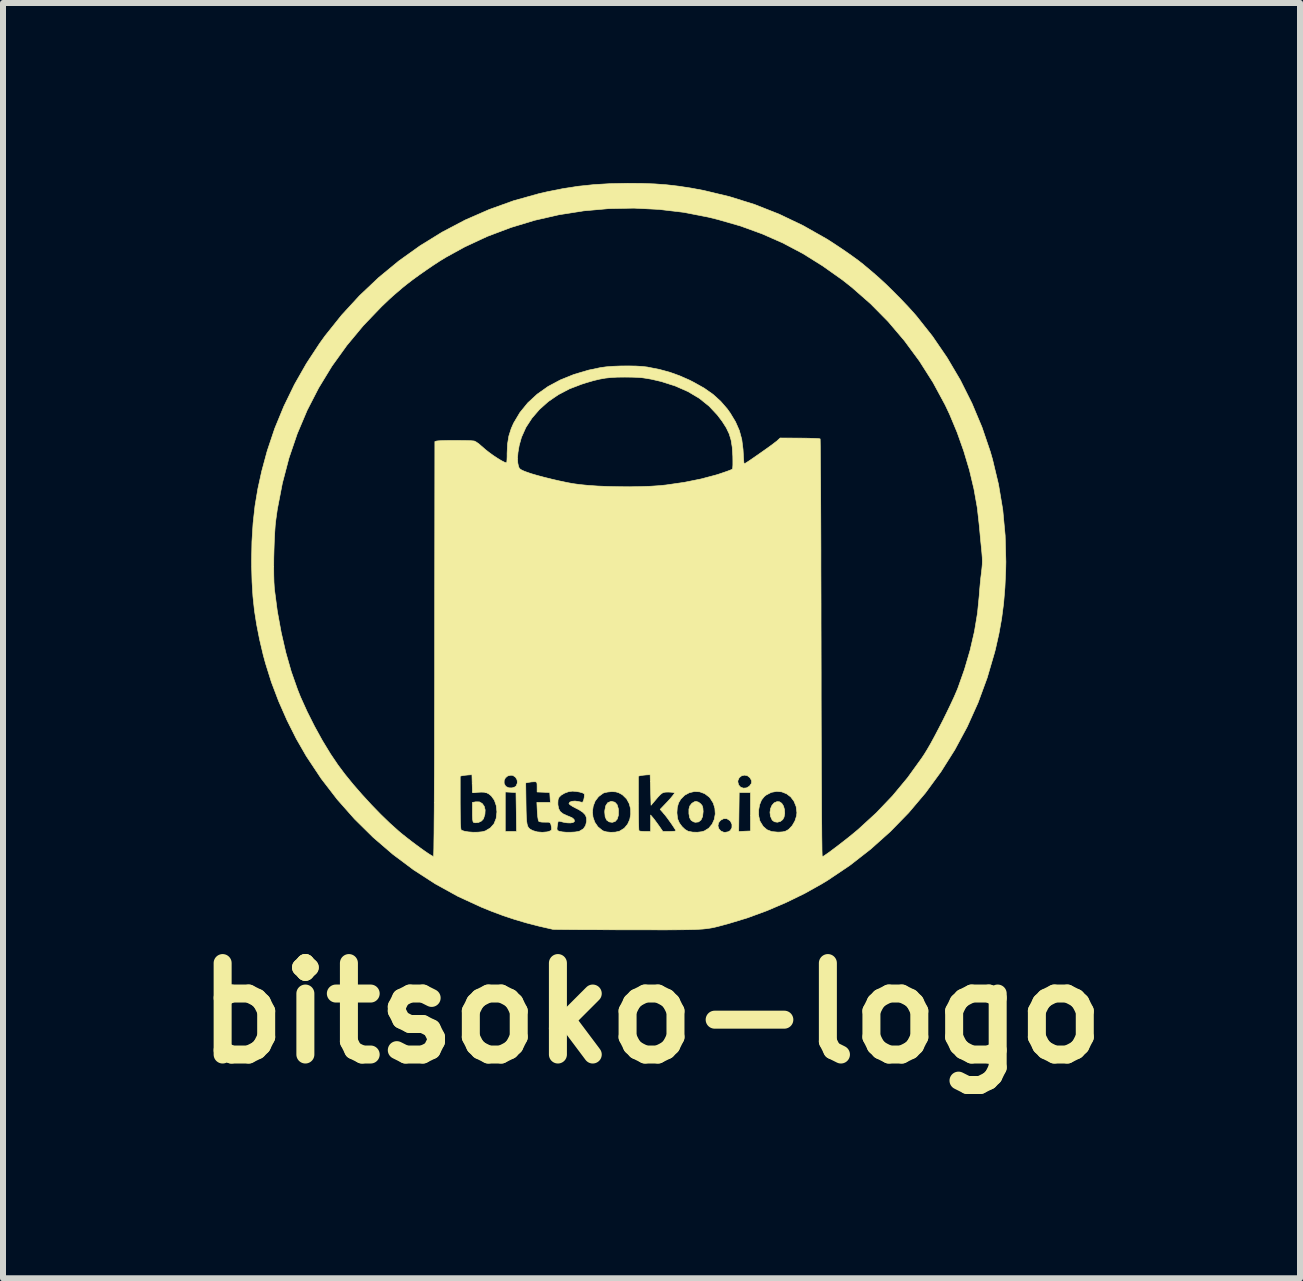
<source format=kicad_pcb>
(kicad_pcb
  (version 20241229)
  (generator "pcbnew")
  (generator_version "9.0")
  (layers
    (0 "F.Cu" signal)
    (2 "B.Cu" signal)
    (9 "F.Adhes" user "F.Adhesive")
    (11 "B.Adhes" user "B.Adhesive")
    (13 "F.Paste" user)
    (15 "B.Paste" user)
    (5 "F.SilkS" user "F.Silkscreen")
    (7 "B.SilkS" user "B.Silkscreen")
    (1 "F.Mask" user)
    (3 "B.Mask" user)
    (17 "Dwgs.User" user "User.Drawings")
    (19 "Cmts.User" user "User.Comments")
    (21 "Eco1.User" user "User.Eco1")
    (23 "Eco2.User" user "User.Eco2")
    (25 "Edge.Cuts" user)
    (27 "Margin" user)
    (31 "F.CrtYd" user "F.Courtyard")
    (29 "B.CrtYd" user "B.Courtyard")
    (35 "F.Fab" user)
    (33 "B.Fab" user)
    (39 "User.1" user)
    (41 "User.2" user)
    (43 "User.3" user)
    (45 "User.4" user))
  (footprint "bitsoko-logo"
    (layer "F.Cu")
    (at 7.809 4.946)
    (property "Reference" "bitsoko-logo" (at 0 8.89 0) (layer "F.SilkS") (effects (font (size 1.524 1.524) (thickness 0.3))))
    (attr through_hole)
    (fp_poly (pts (xy -2.869 5.369) (xy -2.822 5.396) (xy -2.789 5.442) (xy -2.773 5.503) (xy -2.777 5.575) (xy -2.801 5.651) (xy -2.833 5.687) (xy -2.882 5.711) (xy -2.936 5.717) (xy -2.966 5.711) (xy -2.976 5.695) (xy -2.982 5.656) (xy -2.985 5.59) (xy -2.985 5.541) (xy -2.985 5.378) (xy -2.929 5.368) (xy -2.869 5.369)) (stroke (width 0.01) (type solid)) (fill yes) (layer "F.SilkS"))
    (fp_poly (pts (xy -0.611 5.375) (xy -0.574 5.415) (xy -0.554 5.481) (xy -0.551 5.507) (xy -0.552 5.591) (xy -0.571 5.655) (xy -0.606 5.695) (xy -0.655 5.71) (xy -0.706 5.702) (xy -0.748 5.672) (xy -0.773 5.617) (xy -0.78 5.538) (xy -0.778 5.507) (xy -0.763 5.433) (xy -0.731 5.384) (xy -0.682 5.363) (xy -0.664 5.361) (xy -0.611 5.375)) (stroke (width 0.01) (type solid)) (fill yes) (layer "F.SilkS"))
    (fp_poly (pts (xy 2.132 5.367) (xy 2.17 5.392) (xy 2.199 5.438) (xy 2.216 5.497) (xy 2.22 5.561) (xy 2.209 5.622) (xy 2.187 5.664) (xy 2.147 5.695) (xy 2.097 5.708) (xy 2.048 5.7) (xy 2.011 5.672) (xy 2.01 5.67) (xy 1.982 5.608) (xy 1.974 5.543) (xy 1.984 5.48) (xy 2.008 5.425) (xy 2.044 5.385) (xy 2.091 5.365) (xy 2.132 5.367)) (stroke (width 0.01) (type solid)) (fill yes) (layer "F.SilkS"))
    (fp_poly (pts (xy 0.784 5.374) (xy 0.821 5.403) (xy 0.845 5.434) (xy 0.856 5.472) (xy 0.86 5.527) (xy 0.86 5.533) (xy 0.851 5.613) (xy 0.825 5.67) (xy 0.784 5.703) (xy 0.731 5.709) (xy 0.702 5.702) (xy 0.661 5.677) (xy 0.635 5.633) (xy 0.623 5.565) (xy 0.623 5.49) (xy 0.638 5.437) (xy 0.672 5.393) (xy 0.717 5.366) (xy 0.742 5.361) (xy 0.784 5.374)) (stroke (width 0.01) (type solid)) (fill yes) (layer "F.SilkS"))
    (fp_poly (pts (xy -0.158 -4.939) (xy 0.054 -4.931) (xy 0.254 -4.916) (xy 0.451 -4.893) (xy 0.654 -4.862) (xy 0.869 -4.822) (xy 1.299 -4.719) (xy 1.718 -4.588) (xy 2.126 -4.427) (xy 2.524 -4.237) (xy 2.911 -4.018) (xy 2.955 -3.991) (xy 3.055 -3.926) (xy 3.162 -3.855) (xy 3.27 -3.781) (xy 3.371 -3.709) (xy 3.461 -3.643) (xy 3.532 -3.587) (xy 3.554 -3.568) (xy 3.594 -3.535) (xy 3.645 -3.492) (xy 3.69 -3.454) (xy 3.792 -3.365) (xy 3.908 -3.258) (xy 4.03 -3.138) (xy 4.153 -3.014) (xy 4.271 -2.89) (xy 4.376 -2.774) (xy 4.416 -2.728) (xy 4.683 -2.391) (xy 4.927 -2.034) (xy 5.147 -1.661) (xy 5.341 -1.273) (xy 5.508 -0.875) (xy 5.646 -0.469) (xy 5.683 -0.341) (xy 5.783 0.077) (xy 5.854 0.5) (xy 5.894 0.93) (xy 5.906 1.369) (xy 5.903 1.508) (xy 5.89 1.795) (xy 5.868 2.061) (xy 5.835 2.315) (xy 5.79 2.566) (xy 5.732 2.824) (xy 5.719 2.875) (xy 5.594 3.302) (xy 5.442 3.716) (xy 5.262 4.116) (xy 5.055 4.5) (xy 4.823 4.868) (xy 4.566 5.219) (xy 4.285 5.551) (xy 3.98 5.864) (xy 3.652 6.157) (xy 3.303 6.429) (xy 2.932 6.678) (xy 2.836 6.736) (xy 2.55 6.896) (xy 2.242 7.046) (xy 1.922 7.183) (xy 1.598 7.302) (xy 1.279 7.399) (xy 1.219 7.415) (xy 1.16 7.431) (xy 1.107 7.445) (xy 1.058 7.457) (xy 1.012 7.467) (xy 0.964 7.475) (xy 0.914 7.482) (xy 0.858 7.488) (xy 0.794 7.492) (xy 0.72 7.496) (xy 0.632 7.498) (xy 0.529 7.5) (xy 0.408 7.501) (xy 0.266 7.502) (xy 0.102 7.502) (xy -0.088 7.501) (xy -0.306 7.501) (xy -0.391 7.501) (xy -0.584 7.501) (xy -0.77 7.5) (xy -0.944 7.499) (xy -1.104 7.499) (xy -1.249 7.498) (xy -1.375 7.497) (xy -1.48 7.496) (xy -1.562 7.495) (xy -1.618 7.494) (xy -1.647 7.493) (xy -1.649 7.492) (xy -1.881 7.439) (xy -2.089 7.385) (xy -2.282 7.328) (xy -2.469 7.266) (xy -2.657 7.196) (xy -2.837 7.123) (xy -3.226 6.944) (xy -3.603 6.736) (xy -3.965 6.502) (xy -4.311 6.243) (xy -4.64 5.96) (xy -4.95 5.654) (xy -5.239 5.327) (xy -5.506 4.98) (xy -5.749 4.614) (xy -5.756 4.603) (xy -5.922 4.314) (xy -6.076 4.007) (xy -6.215 3.691) (xy -6.336 3.372) (xy -6.434 3.059) (xy -6.471 2.923) (xy -6.533 2.66) (xy -6.581 2.416) (xy -6.618 2.181) (xy -6.643 1.947) (xy -6.658 1.705) (xy -6.665 1.451) (xy -6.297 1.451) (xy -6.296 1.586) (xy -6.293 1.705) (xy -6.287 1.802) (xy -6.284 1.832) (xy -6.237 2.191) (xy -6.173 2.542) (xy -6.096 2.878) (xy -6.005 3.197) (xy -5.901 3.493) (xy -5.851 3.619) (xy -5.741 3.862) (xy -5.618 4.107) (xy -5.487 4.345) (xy -5.351 4.569) (xy -5.226 4.754) (xy -5.109 4.91) (xy -4.974 5.076) (xy -4.826 5.246) (xy -4.671 5.415) (xy -4.514 5.577) (xy -4.361 5.725) (xy -4.217 5.854) (xy -4.176 5.889) (xy -4.1 5.95) (xy -4.019 6.013) (xy -3.937 6.075) (xy -3.857 6.134) (xy -3.783 6.187) (xy -3.72 6.23) (xy -3.671 6.261) (xy -3.641 6.277) (xy -3.634 6.278) (xy -3.632 6.262) (xy -3.63 6.214) (xy -3.628 6.136) (xy -3.627 6.026) (xy -3.625 5.886) (xy -3.624 5.715) (xy -3.622 5.513) (xy -3.621 5.28) (xy -3.62 5.017) (xy -3.619 4.94) (xy -3.189 4.94) (xy -3.189 5.384) (xy -3.188 5.526) (xy -3.187 5.64) (xy -3.185 5.725) (xy -3.181 5.786) (xy -3.177 5.823) (xy -3.171 5.839) (xy -3.171 5.84) (xy -3.123 5.857) (xy -3.055 5.869) (xy -2.976 5.875) (xy -2.895 5.874) (xy -2.823 5.867) (xy -2.803 5.862) (xy -2.438 5.862) (xy -2.25 5.862) (xy -2.254 5.537) (xy -2.259 5.213) (xy -2.349 5.208) (xy -2.438 5.203) (xy -2.438 5.862) (xy -2.803 5.862) (xy -2.77 5.853) (xy -2.686 5.803) (xy -2.626 5.735) (xy -2.59 5.646) (xy -2.577 5.537) (xy -2.577 5.535) (xy -2.588 5.431) (xy -2.619 5.341) (xy -2.67 5.27) (xy -2.712 5.236) (xy -2.749 5.217) (xy -2.787 5.208) (xy -2.838 5.206) (xy -2.876 5.208) (xy -2.984 5.214) (xy -2.989 5.065) (xy -2.989 5.06) (xy -2.457 5.06) (xy -2.434 5.104) (xy -2.422 5.115) (xy -2.377 5.135) (xy -2.324 5.136) (xy -2.277 5.12) (xy -2.255 5.101) (xy -2.236 5.053) (xy -2.097 5.053) (xy -2.092 5.399) (xy -2.09 5.521) (xy -2.087 5.616) (xy -2.082 5.687) (xy -2.074 5.74) (xy -2.063 5.777) (xy -2.046 5.804) (xy -2.024 5.823) (xy -1.995 5.839) (xy -1.977 5.848) (xy -1.905 5.869) (xy -1.821 5.876) (xy -1.739 5.869) (xy -1.707 5.86) (xy -1.674 5.845) (xy -1.664 5.823) (xy -1.665 5.814) (xy -1.576 5.814) (xy -1.572 5.838) (xy -1.555 5.852) (xy -1.537 5.859) (xy -1.488 5.869) (xy -1.421 5.875) (xy -1.346 5.875) (xy -1.275 5.871) (xy -1.218 5.862) (xy -1.199 5.856) (xy -1.136 5.818) (xy -1.099 5.764) (xy -1.082 5.693) (xy -1.084 5.635) (xy -1.103 5.586) (xy -1.144 5.543) (xy -1.163 5.53) (xy -0.985 5.53) (xy -0.976 5.622) (xy -0.946 5.708) (xy -0.894 5.784) (xy -0.821 5.844) (xy -0.805 5.853) (xy -0.75 5.869) (xy -0.679 5.876) (xy -0.604 5.873) (xy -0.539 5.859) (xy -0.528 5.854) (xy -0.454 5.808) (xy -0.399 5.742) (xy -0.363 5.663) (xy -0.347 5.575) (xy -0.349 5.484) (xy -0.372 5.397) (xy -0.415 5.319) (xy -0.479 5.256) (xy -0.496 5.244) (xy -0.548 5.216) (xy -0.595 5.202) (xy -0.653 5.198) (xy -0.664 5.198) (xy -0.729 5.204) (xy -0.785 5.216) (xy -0.807 5.225) (xy -0.883 5.281) (xy -0.939 5.354) (xy -0.972 5.439) (xy -0.985 5.53) (xy -1.163 5.53) (xy -1.209 5.5) (xy -1.264 5.472) (xy -1.317 5.444) (xy -1.356 5.418) (xy -1.375 5.4) (xy -1.376 5.397) (xy -1.362 5.373) (xy -1.325 5.359) (xy -1.275 5.355) (xy -1.23 5.361) (xy -1.187 5.37) (xy -1.158 5.376) (xy -1.153 5.377) (xy -1.141 5.363) (xy -1.129 5.331) (xy -1.121 5.29) (xy -1.118 5.254) (xy -1.122 5.233) (xy -1.152 5.218) (xy -1.202 5.204) (xy -1.262 5.194) (xy -1.32 5.19) (xy -1.383 5.199) (xy -1.449 5.223) (xy -1.506 5.257) (xy -1.542 5.293) (xy -1.558 5.332) (xy -1.561 5.387) (xy -1.56 5.419) (xy -1.548 5.482) (xy -1.522 5.53) (xy -1.476 5.567) (xy -1.405 5.6) (xy -1.386 5.607) (xy -1.325 5.633) (xy -1.292 5.66) (xy -1.285 5.688) (xy -1.287 5.697) (xy -1.309 5.713) (xy -1.352 5.72) (xy -1.409 5.718) (xy -1.472 5.707) (xy -1.487 5.703) (xy -1.526 5.693) (xy -1.551 5.69) (xy -1.554 5.691) (xy -1.56 5.709) (xy -1.567 5.747) (xy -1.571 5.77) (xy -1.576 5.814) (xy -1.665 5.814) (xy -1.667 5.794) (xy -1.677 5.744) (xy -1.69 5.718) (xy -1.715 5.707) (xy -1.762 5.707) (xy -1.774 5.707) (xy -1.827 5.706) (xy -1.867 5.699) (xy -1.88 5.692) (xy -1.888 5.669) (xy -1.896 5.622) (xy -1.902 5.559) (xy -1.904 5.525) (xy -1.911 5.377) (xy -1.686 5.377) (xy -1.691 5.295) (xy -1.696 5.213) (xy -1.801 5.208) (xy -1.907 5.204) (xy -1.907 5.118) (xy -1.908 5.069) (xy -1.913 5.044) (xy -1.927 5.035) (xy -1.952 5.033) (xy -2.001 5.036) (xy -2.047 5.043) (xy -2.097 5.053) (xy -2.236 5.053) (xy -2.235 5.052) (xy -2.241 5.001) (xy -2.267 4.957) (xy -2.293 4.94) (xy -0.219 4.94) (xy -0.219 5.39) (xy -0.218 5.506) (xy -0.217 5.611) (xy -0.216 5.702) (xy -0.214 5.775) (xy -0.212 5.826) (xy -0.209 5.85) (xy -0.208 5.851) (xy -0.188 5.857) (xy -0.147 5.861) (xy -0.107 5.862) (xy -0.016 5.862) (xy -0.015 5.588) (xy 0.025 5.635) (xy 0.055 5.673) (xy 0.093 5.725) (xy 0.127 5.772) (xy 0.189 5.862) (xy 0.298 5.862) (xy 0.351 5.86) (xy 0.39 5.857) (xy 0.406 5.853) (xy 0.406 5.852) (xy 0.398 5.833) (xy 0.374 5.796) (xy 0.341 5.746) (xy 0.302 5.691) (xy 0.262 5.636) (xy 0.225 5.588) (xy 0.205 5.565) (xy 0.194 5.551) (xy 0.423 5.551) (xy 0.433 5.642) (xy 0.439 5.663) (xy 0.465 5.722) (xy 0.508 5.78) (xy 0.559 5.829) (xy 0.609 5.858) (xy 0.615 5.86) (xy 0.686 5.873) (xy 0.765 5.875) (xy 0.839 5.866) (xy 0.879 5.854) (xy 0.954 5.808) (xy 0.987 5.768) (xy 1.107 5.768) (xy 1.121 5.815) (xy 1.154 5.854) (xy 1.203 5.875) (xy 1.227 5.877) (xy 1.283 5.866) (xy 1.287 5.863) (xy 1.453 5.863) (xy 1.551 5.858) (xy 1.649 5.854) (xy 1.649 5.506) (xy 1.785 5.506) (xy 1.785 5.597) (xy 1.804 5.681) (xy 1.811 5.697) (xy 1.861 5.778) (xy 1.924 5.833) (xy 2.004 5.864) (xy 2.105 5.873) (xy 2.119 5.873) (xy 2.183 5.869) (xy 2.227 5.86) (xy 2.263 5.842) (xy 2.289 5.824) (xy 2.345 5.765) (xy 2.39 5.687) (xy 2.417 5.602) (xy 2.423 5.549) (xy 2.41 5.446) (xy 2.374 5.358) (xy 2.32 5.286) (xy 2.251 5.234) (xy 2.171 5.202) (xy 2.085 5.194) (xy 1.997 5.21) (xy 1.912 5.254) (xy 1.88 5.279) (xy 1.833 5.338) (xy 1.801 5.417) (xy 1.785 5.506) (xy 1.649 5.506) (xy 1.649 5.213) (xy 1.461 5.213) (xy 1.457 5.538) (xy 1.453 5.863) (xy 1.287 5.863) (xy 1.313 5.846) (xy 1.34 5.799) (xy 1.341 5.745) (xy 1.317 5.693) (xy 1.306 5.681) (xy 1.256 5.649) (xy 1.203 5.648) (xy 1.151 5.675) (xy 1.117 5.718) (xy 1.107 5.768) (xy 0.987 5.768) (xy 1.01 5.741) (xy 1.046 5.66) (xy 1.062 5.57) (xy 1.056 5.478) (xy 1.029 5.389) (xy 0.978 5.308) (xy 0.962 5.289) (xy 0.887 5.232) (xy 0.803 5.201) (xy 0.715 5.196) (xy 0.63 5.216) (xy 0.552 5.258) (xy 0.487 5.324) (xy 0.451 5.385) (xy 0.429 5.461) (xy 0.423 5.551) (xy 0.194 5.551) (xy 0.144 5.494) (xy 0.268 5.364) (xy 0.316 5.311) (xy 0.353 5.266) (xy 0.377 5.234) (xy 0.382 5.219) (xy 0.363 5.212) (xy 0.322 5.207) (xy 0.28 5.205) (xy 0.237 5.206) (xy 0.205 5.211) (xy 0.176 5.224) (xy 0.146 5.248) (xy 0.108 5.288) (xy 0.058 5.347) (xy 0.042 5.366) (xy -0.008 5.425) (xy -0.02 5.033) (xy 1.438 5.033) (xy 1.451 5.086) (xy 1.484 5.123) (xy 1.53 5.14) (xy 1.582 5.136) (xy 1.631 5.108) (xy 1.634 5.104) (xy 1.666 5.059) (xy 1.668 5.015) (xy 1.64 4.965) (xy 1.64 4.965) (xy 1.597 4.932) (xy 1.548 4.923) (xy 1.5 4.935) (xy 1.461 4.966) (xy 1.44 5.014) (xy 1.438 5.033) (xy -0.02 5.033) (xy -0.023 4.916) (xy -0.086 4.919) (xy -0.136 4.924) (xy -0.179 4.93) (xy -0.184 4.931) (xy -0.219 4.94) (xy -2.293 4.94) (xy -2.309 4.929) (xy -2.343 4.924) (xy -2.396 4.936) (xy -2.435 4.968) (xy -2.456 5.012) (xy -2.457 5.06) (xy -2.989 5.06) (xy -2.993 4.916) (xy -3.056 4.92) (xy -3.106 4.925) (xy -3.148 4.931) (xy -3.154 4.932) (xy -3.189 4.94) (xy -3.619 4.94) (xy -3.618 4.724) (xy -3.617 4.4) (xy -3.617 4.046) (xy -3.616 3.662) (xy -3.615 3.248) (xy -3.615 2.818) (xy -3.611 -0.637) (xy -3.579 -0.646) (xy -3.549 -0.649) (xy -3.494 -0.652) (xy -3.421 -0.654) (xy -3.337 -0.655) (xy -3.248 -0.655) (xy -3.159 -0.654) (xy -3.079 -0.653) (xy -3.013 -0.651) (xy -2.967 -0.647) (xy -2.952 -0.645) (xy -2.92 -0.628) (xy -2.875 -0.596) (xy -2.828 -0.555) (xy -2.826 -0.554) (xy -2.772 -0.506) (xy -2.707 -0.455) (xy -2.637 -0.404) (xy -2.567 -0.358) (xy -2.503 -0.319) (xy -2.452 -0.293) (xy -2.418 -0.281) (xy -2.416 -0.281) (xy -2.412 -0.296) (xy -2.409 -0.335) (xy -2.408 -0.358) (xy -2.234 -0.358) (xy -2.229 -0.279) (xy -2.219 -0.232) (xy -2.209 -0.202) (xy -2.193 -0.181) (xy -2.166 -0.163) (xy -2.12 -0.142) (xy -2.082 -0.128) (xy -2.007 -0.102) (xy -1.908 -0.073) (xy -1.792 -0.042) (xy -1.664 -0.01) (xy -1.533 0.02) (xy -1.404 0.047) (xy -1.313 0.064) (xy -1.197 0.08) (xy -1.056 0.094) (xy -0.896 0.105) (xy -0.722 0.112) (xy -0.541 0.116) (xy -0.359 0.117) (xy -0.181 0.114) (xy -0.014 0.108) (xy 0.136 0.098) (xy 0.242 0.087) (xy 0.547 0.043) (xy 0.824 -0.013) (xy 1.073 -0.079) (xy 1.107 -0.089) (xy 1.187 -0.116) (xy 1.257 -0.14) (xy 1.31 -0.16) (xy 1.343 -0.174) (xy 1.349 -0.179) (xy 1.353 -0.2) (xy 1.356 -0.246) (xy 1.356 -0.31) (xy 1.355 -0.387) (xy 1.354 -0.406) (xy 1.345 -0.543) (xy 1.326 -0.661) (xy 1.294 -0.766) (xy 1.245 -0.868) (xy 1.178 -0.973) (xy 1.097 -1.08) (xy 0.959 -1.227) (xy 0.797 -1.357) (xy 0.609 -1.469) (xy 0.398 -1.562) (xy 0.164 -1.637) (xy -0.004 -1.676) (xy -0.084 -1.69) (xy -0.16 -1.701) (xy -0.24 -1.707) (xy -0.334 -1.71) (xy -0.445 -1.711) (xy -0.569 -1.71) (xy -0.675 -1.704) (xy -0.77 -1.694) (xy -0.864 -1.677) (xy -0.965 -1.653) (xy -1.082 -1.619) (xy -1.167 -1.592) (xy -1.368 -1.515) (xy -1.553 -1.418) (xy -1.721 -1.303) (xy -1.868 -1.172) (xy -1.993 -1.027) (xy -2.094 -0.872) (xy -2.168 -0.707) (xy -2.206 -0.571) (xy -2.226 -0.454) (xy -2.234 -0.358) (xy -2.408 -0.358) (xy -2.407 -0.393) (xy -2.407 -0.442) (xy -2.4 -0.595) (xy -2.378 -0.729) (xy -2.338 -0.855) (xy -2.298 -0.945) (xy -2.193 -1.121) (xy -2.062 -1.282) (xy -1.906 -1.426) (xy -1.725 -1.554) (xy -1.521 -1.663) (xy -1.294 -1.755) (xy -1.046 -1.828) (xy -0.851 -1.869) (xy -0.757 -1.882) (xy -0.642 -1.891) (xy -0.515 -1.896) (xy -0.386 -1.897) (xy -0.261 -1.895) (xy -0.151 -1.888) (xy -0.063 -1.878) (xy -0.063 -1.877) (xy 0.131 -1.839) (xy 0.304 -1.792) (xy 0.468 -1.733) (xy 0.634 -1.66) (xy 0.702 -1.625) (xy 0.877 -1.527) (xy 1.025 -1.423) (xy 1.152 -1.308) (xy 1.263 -1.18) (xy 1.312 -1.111) (xy 1.4 -0.965) (xy 1.463 -0.822) (xy 1.504 -0.672) (xy 1.525 -0.508) (xy 1.528 -0.457) (xy 1.532 -0.384) (xy 1.536 -0.324) (xy 1.54 -0.282) (xy 1.544 -0.266) (xy 1.545 -0.266) (xy 1.562 -0.274) (xy 1.6 -0.298) (xy 1.654 -0.334) (xy 1.719 -0.379) (xy 1.791 -0.429) (xy 1.865 -0.481) (xy 1.937 -0.532) (xy 2.002 -0.579) (xy 2.054 -0.619) (xy 2.091 -0.647) (xy 2.099 -0.655) (xy 2.144 -0.696) (xy 2.471 -0.694) (xy 2.569 -0.693) (xy 2.657 -0.691) (xy 2.729 -0.689) (xy 2.78 -0.686) (xy 2.807 -0.682) (xy 2.81 -0.681) (xy 2.811 -0.665) (xy 2.812 -0.618) (xy 2.813 -0.544) (xy 2.814 -0.442) (xy 2.815 -0.314) (xy 2.816 -0.163) (xy 2.818 0.012) (xy 2.819 0.208) (xy 2.82 0.424) (xy 2.821 0.658) (xy 2.822 0.91) (xy 2.823 1.177) (xy 2.823 1.459) (xy 2.824 1.753) (xy 2.825 2.06) (xy 2.825 2.376) (xy 2.826 2.701) (xy 2.826 2.807) (xy 2.827 3.215) (xy 2.827 3.6) (xy 2.828 3.962) (xy 2.829 4.3) (xy 2.83 4.614) (xy 2.831 4.902) (xy 2.833 5.165) (xy 2.834 5.402) (xy 2.835 5.612) (xy 2.837 5.794) (xy 2.838 5.949) (xy 2.84 6.075) (xy 2.841 6.172) (xy 2.843 6.239) (xy 2.845 6.276) (xy 2.846 6.284) (xy 2.865 6.274) (xy 2.904 6.248) (xy 2.96 6.209) (xy 3.028 6.158) (xy 3.105 6.1) (xy 3.185 6.038) (xy 3.267 5.974) (xy 3.345 5.911) (xy 3.415 5.853) (xy 3.447 5.826) (xy 3.745 5.553) (xy 4.017 5.268) (xy 4.268 4.966) (xy 4.503 4.64) (xy 4.547 4.574) (xy 4.595 4.496) (xy 4.653 4.396) (xy 4.717 4.278) (xy 4.785 4.148) (xy 4.855 4.012) (xy 4.922 3.876) (xy 4.985 3.745) (xy 5.041 3.625) (xy 5.086 3.521) (xy 5.105 3.475) (xy 5.216 3.161) (xy 5.309 2.844) (xy 5.382 2.529) (xy 5.433 2.222) (xy 5.462 1.929) (xy 5.463 1.915) (xy 5.469 1.833) (xy 5.478 1.734) (xy 5.488 1.632) (xy 5.497 1.562) (xy 5.506 1.482) (xy 5.512 1.417) (xy 5.514 1.358) (xy 5.512 1.295) (xy 5.506 1.219) (xy 5.497 1.124) (xy 5.487 1.028) (xy 5.478 0.931) (xy 5.47 0.843) (xy 5.464 0.774) (xy 5.462 0.758) (xy 5.429 0.464) (xy 5.374 0.155) (xy 5.299 -0.161) (xy 5.204 -0.478) (xy 5.093 -0.791) (xy 4.967 -1.093) (xy 4.893 -1.249) (xy 4.692 -1.621) (xy 4.466 -1.977) (xy 4.216 -2.316) (xy 3.945 -2.635) (xy 3.652 -2.932) (xy 3.341 -3.205) (xy 3.18 -3.332) (xy 2.852 -3.564) (xy 2.524 -3.769) (xy 2.189 -3.946) (xy 1.844 -4.098) (xy 1.484 -4.229) (xy 1.105 -4.338) (xy 0.947 -4.377) (xy 0.538 -4.457) (xy 0.124 -4.506) (xy -0.293 -4.527) (xy -0.711 -4.519) (xy -1.128 -4.482) (xy -1.542 -4.417) (xy -1.949 -4.324) (xy -2.348 -4.203) (xy -2.737 -4.056) (xy -3.113 -3.881) (xy -3.426 -3.709) (xy -3.526 -3.648) (xy -3.638 -3.575) (xy -3.755 -3.495) (xy -3.871 -3.414) (xy -3.981 -3.334) (xy -4.076 -3.261) (xy -4.152 -3.2) (xy -4.158 -3.195) (xy -4.191 -3.166) (xy -4.237 -3.127) (xy -4.275 -3.095) (xy -4.317 -3.058) (xy -4.374 -3.006) (xy -4.438 -2.945) (xy -4.5 -2.886) (xy -4.803 -2.57) (xy -5.079 -2.238) (xy -5.327 -1.893) (xy -5.547 -1.532) (xy -5.74 -1.157) (xy -5.905 -0.767) (xy -6.043 -0.362) (xy -6.153 0.058) (xy -6.237 0.493) (xy -6.261 0.664) (xy -6.272 0.76) (xy -6.28 0.879) (xy -6.287 1.014) (xy -6.292 1.158) (xy -6.296 1.306) (xy -6.297 1.451) (xy -6.665 1.451) (xy -6.665 1.446) (xy -6.666 1.352) (xy -6.66 1.029) (xy -6.641 0.726) (xy -6.609 0.436) (xy -6.561 0.149) (xy -6.497 -0.142) (xy -6.415 -0.446) (xy -6.404 -0.485) (xy -6.28 -0.855) (xy -6.128 -1.224) (xy -5.951 -1.588) (xy -5.751 -1.939) (xy -5.531 -2.274) (xy -5.441 -2.399) (xy -5.165 -2.744) (xy -4.867 -3.068) (xy -4.549 -3.369) (xy -4.213 -3.646) (xy -3.859 -3.899) (xy -3.49 -4.127) (xy -3.106 -4.329) (xy -2.708 -4.503) (xy -2.3 -4.65) (xy -1.881 -4.767) (xy -1.743 -4.799) (xy -1.477 -4.852) (xy -1.219 -4.892) (xy -0.961 -4.919) (xy -0.692 -4.935) (xy -0.404 -4.941) (xy -0.391 -4.941) (xy -0.158 -4.939)) (stroke (width 0.01) (type solid)) (fill yes) (layer "F.SilkS")))
  (gr_rect
    (start -3 -3)
    (end 18.617 18.255)
    (stroke (width 0.1) (type default))
    (fill no)
    (layer "Edge.Cuts")))
</source>
